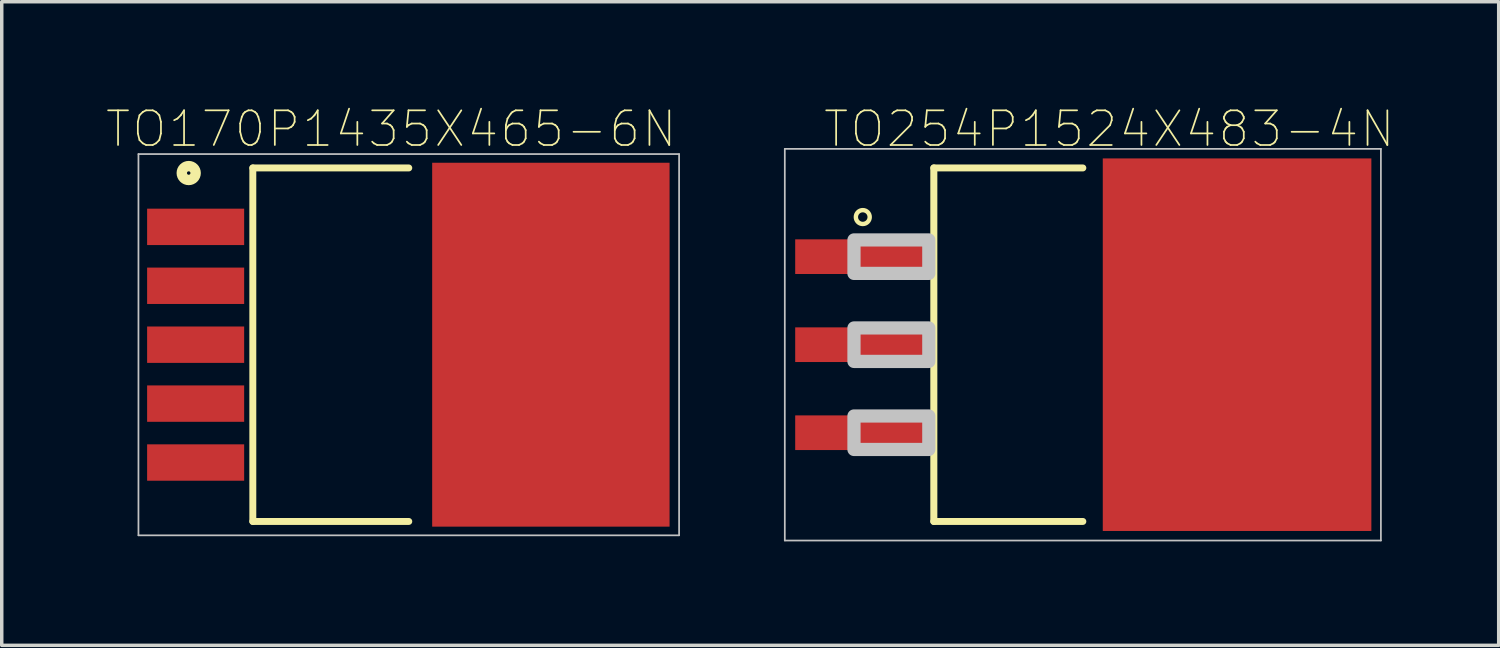
<source format=kicad_pcb>
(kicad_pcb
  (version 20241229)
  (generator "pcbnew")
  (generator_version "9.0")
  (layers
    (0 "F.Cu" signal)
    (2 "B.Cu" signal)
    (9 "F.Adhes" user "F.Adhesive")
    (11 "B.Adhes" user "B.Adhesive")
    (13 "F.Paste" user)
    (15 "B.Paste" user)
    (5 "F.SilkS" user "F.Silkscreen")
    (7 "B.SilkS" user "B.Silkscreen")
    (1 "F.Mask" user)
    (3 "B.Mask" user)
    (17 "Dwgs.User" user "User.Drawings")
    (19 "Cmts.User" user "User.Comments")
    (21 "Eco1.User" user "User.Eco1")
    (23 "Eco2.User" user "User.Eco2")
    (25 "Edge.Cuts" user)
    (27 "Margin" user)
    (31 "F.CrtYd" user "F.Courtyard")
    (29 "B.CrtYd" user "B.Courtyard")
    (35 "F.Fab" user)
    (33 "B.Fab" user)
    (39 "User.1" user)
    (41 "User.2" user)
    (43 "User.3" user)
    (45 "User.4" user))
  (footprint "TO170P1435X465-6N"
    (layer "F.Cu")
    (at 8.745 6.896)
    (property "Reference" "TO170P1435X465-6N" (at -0.508 -6.223 0) (layer "F.SilkS") (effects (font (size 1 1) (thickness 0.05))))
    (attr smd)
    (fp_line (start -4.5 -5.1) (end -4.5 5.1) (stroke (width 0.2) (type solid)) (layer "F.SilkS"))
    (fp_line (start -4.5 5.1) (end 0 5.1) (stroke (width 0.2) (type solid)) (layer "F.SilkS"))
    (fp_line (start 0 -5.1) (end -4.5 -5.1) (stroke (width 0.2) (type solid)) (layer "F.SilkS"))
    (fp_circle (center -6.35 -4.953) (end -6.15 -4.953) (stroke (width 0.3) (type solid)) (fill no) (layer "F.SilkS"))
    (fp_poly (pts (xy 1.36 -4.75) (xy 2.64 -4.75) (xy 2.64 -3.25) (xy 1.36 -3.25)) (stroke (width 0.381) (type solid)) (fill yes) (layer "F.Paste"))
    (fp_poly (pts (xy 1.36 -2.75) (xy 2.64 -2.75) (xy 2.64 -1.25) (xy 1.36 -1.25)) (stroke (width 0.381) (type solid)) (fill yes) (layer "F.Paste"))
    (fp_poly (pts (xy 1.36 -0.75) (xy 2.64 -0.75) (xy 2.64 0.75) (xy 1.36 0.75)) (stroke (width 0.381) (type solid)) (fill yes) (layer "F.Paste"))
    (fp_poly (pts (xy 1.36 1.25) (xy 2.64 1.25) (xy 2.64 2.75) (xy 1.36 2.75)) (stroke (width 0.381) (type solid)) (fill yes) (layer "F.Paste"))
    (fp_poly (pts (xy 1.36 3.25) (xy 2.64 3.25) (xy 2.64 4.75) (xy 1.36 4.75)) (stroke (width 0.381) (type solid)) (fill yes) (layer "F.Paste"))
    (fp_poly (pts (xy 3.36 -4.75) (xy 4.64 -4.75) (xy 4.64 -3.25) (xy 3.36 -3.25)) (stroke (width 0.381) (type solid)) (fill yes) (layer "F.Paste"))
    (fp_poly (pts (xy 3.36 -2.75) (xy 4.64 -2.75) (xy 4.64 -1.25) (xy 3.36 -1.25)) (stroke (width 0.381) (type solid)) (fill yes) (layer "F.Paste"))
    (fp_poly (pts (xy 3.36 -0.75) (xy 4.64 -0.75) (xy 4.64 0.75) (xy 3.36 0.75)) (stroke (width 0.381) (type solid)) (fill yes) (layer "F.Paste"))
    (fp_poly (pts (xy 3.36 1.25) (xy 4.64 1.25) (xy 4.64 2.75) (xy 3.36 2.75)) (stroke (width 0.381) (type solid)) (fill yes) (layer "F.Paste"))
    (fp_poly (pts (xy 3.36 3.25) (xy 4.64 3.25) (xy 4.64 4.75) (xy 3.36 4.75)) (stroke (width 0.381) (type solid)) (fill yes) (layer "F.Paste"))
    (fp_poly (pts (xy 5.36 -4.75) (xy 6.64 -4.75) (xy 6.64 -3.25) (xy 5.36 -3.25)) (stroke (width 0.381) (type solid)) (fill yes) (layer "F.Paste"))
    (fp_poly (pts (xy 5.36 -2.75) (xy 6.64 -2.75) (xy 6.64 -1.25) (xy 5.36 -1.25)) (stroke (width 0.381) (type solid)) (fill yes) (layer "F.Paste"))
    (fp_poly (pts (xy 5.36 -0.75) (xy 6.64 -0.75) (xy 6.64 0.75) (xy 5.36 0.75)) (stroke (width 0.381) (type solid)) (fill yes) (layer "F.Paste"))
    (fp_poly (pts (xy 5.36 1.25) (xy 6.64 1.25) (xy 6.64 2.75) (xy 5.36 2.75)) (stroke (width 0.381) (type solid)) (fill yes) (layer "F.Paste"))
    (fp_poly (pts (xy 5.36 3.25) (xy 6.64 3.25) (xy 6.64 4.75) (xy 5.36 4.75)) (stroke (width 0.381) (type solid)) (fill yes) (layer "F.Paste"))
    (fp_line (start -7.8 -5.5) (end 7.8 -5.5) (stroke (width 0.05) (type solid)) (layer "Dwgs.User"))
    (fp_line (start -7.8 5.5) (end -7.8 -5.5) (stroke (width 0.05) (type solid)) (layer "Dwgs.User"))
    (fp_line (start 7.8 -5.5) (end 7.8 5.5) (stroke (width 0.05) (type solid)) (layer "Dwgs.User"))
    (fp_line (start 7.8 5.5) (end -7.8 5.5) (stroke (width 0.05) (type solid)) (layer "Dwgs.User"))
    (pad "1" smd rect (at -6.15 -3.4 270) (size 1.05 2.8) (layers "F.Cu" "F.Mask" "F.Paste"))
    (pad "2" smd rect (at -6.15 -1.7 270) (size 1.05 2.8) (layers "F.Cu" "F.Mask" "F.Paste"))
    (pad "3" smd rect (at -6.15 0 270) (size 1.05 2.8) (layers "F.Cu" "F.Mask" "F.Paste"))
    (pad "4" smd rect (at -6.15 1.7 270) (size 1.05 2.8) (layers "F.Cu" "F.Mask" "F.Paste"))
    (pad "5" smd rect (at -6.15 3.4 270) (size 1.05 2.8) (layers "F.Cu" "F.Mask" "F.Paste"))
    (pad "6" smd rect (at 4.1 0) (size 6.85 10.5) (layers "F.Cu" "F.Mask" "F.Paste")))
  (footprint "TO254P1524X483-4N"
    (layer "F.Cu")
    (at 28.195 6.896)
    (property "Reference" "TO254P1524X483-4N" (at 0.762 -6.223 0) (layer "F.SilkS") (effects (font (size 1 1) (thickness 0.05))))
    (attr smd)
    (fp_line (start -4.3 5.1) (end -4.3 -5.1) (stroke (width 0.203) (type solid)) (layer "F.SilkS"))
    (fp_line (start 0 -5.1) (end -4.3 -5.1) (stroke (width 0.2) (type solid)) (layer "F.SilkS"))
    (fp_line (start 0 5.1) (end -4.3 5.1) (stroke (width 0.2) (type solid)) (layer "F.SilkS"))
    (fp_circle (center -6.35 -3.683) (end -6.15 -3.683) (stroke (width 0.127) (type solid)) (fill no) (layer "F.SilkS"))
    (fp_poly (pts (xy 1.15 -4.95) (xy 2.65 -4.95) (xy 2.65 -3.45) (xy 1.15 -3.45)) (stroke (width 0.381) (type solid)) (fill yes) (layer "F.Paste"))
    (fp_poly (pts (xy 1.15 -2.85) (xy 2.65 -2.85) (xy 2.65 -1.35) (xy 1.15 -1.35)) (stroke (width 0.381) (type solid)) (fill yes) (layer "F.Paste"))
    (fp_poly (pts (xy 1.15 -0.75) (xy 2.65 -0.75) (xy 2.65 0.75) (xy 1.15 0.75)) (stroke (width 0.381) (type solid)) (fill yes) (layer "F.Paste"))
    (fp_poly (pts (xy 1.15 1.35) (xy 2.65 1.35) (xy 2.65 2.85) (xy 1.15 2.85)) (stroke (width 0.381) (type solid)) (fill yes) (layer "F.Paste"))
    (fp_poly (pts (xy 1.15 3.45) (xy 2.65 3.45) (xy 2.65 4.95) (xy 1.15 4.95)) (stroke (width 0.381) (type solid)) (fill yes) (layer "F.Paste"))
    (fp_poly (pts (xy 3.65 -4.95) (xy 5.15 -4.95) (xy 5.15 -3.45) (xy 3.65 -3.45)) (stroke (width 0.381) (type solid)) (fill yes) (layer "F.Paste"))
    (fp_poly (pts (xy 3.65 -2.85) (xy 5.15 -2.85) (xy 5.15 -1.35) (xy 3.65 -1.35)) (stroke (width 0.381) (type solid)) (fill yes) (layer "F.Paste"))
    (fp_poly (pts (xy 3.65 -0.75) (xy 5.15 -0.75) (xy 5.15 0.75) (xy 3.65 0.75)) (stroke (width 0.381) (type solid)) (fill yes) (layer "F.Paste"))
    (fp_poly (pts (xy 3.65 1.35) (xy 5.15 1.35) (xy 5.15 2.85) (xy 3.65 2.85)) (stroke (width 0.381) (type solid)) (fill yes) (layer "F.Paste"))
    (fp_poly (pts (xy 3.65 3.45) (xy 5.15 3.45) (xy 5.15 4.95) (xy 3.65 4.95)) (stroke (width 0.381) (type solid)) (fill yes) (layer "F.Paste"))
    (fp_poly (pts (xy 6.15 -4.95) (xy 7.65 -4.95) (xy 7.65 -3.45) (xy 6.15 -3.45)) (stroke (width 0.381) (type solid)) (fill yes) (layer "F.Paste"))
    (fp_poly (pts (xy 6.15 -2.85) (xy 7.65 -2.85) (xy 7.65 -1.35) (xy 6.15 -1.35)) (stroke (width 0.381) (type solid)) (fill yes) (layer "F.Paste"))
    (fp_poly (pts (xy 6.15 -0.75) (xy 7.65 -0.75) (xy 7.65 0.75) (xy 6.15 0.75)) (stroke (width 0.381) (type solid)) (fill yes) (layer "F.Paste"))
    (fp_poly (pts (xy 6.15 1.35) (xy 7.65 1.35) (xy 7.65 2.85) (xy 6.15 2.85)) (stroke (width 0.381) (type solid)) (fill yes) (layer "F.Paste"))
    (fp_poly (pts (xy 6.15 3.45) (xy 7.65 3.45) (xy 7.65 4.95) (xy 6.15 4.95)) (stroke (width 0.381) (type solid)) (fill yes) (layer "F.Paste"))
    (fp_line (start -8.6 -5.65) (end 8.6 -5.65) (stroke (width 0.05) (type solid)) (layer "Dwgs.User"))
    (fp_line (start -8.6 5.65) (end -8.6 -5.65) (stroke (width 0.05) (type solid)) (layer "Dwgs.User"))
    (fp_line (start 8.6 -5.65) (end 8.6 5.65) (stroke (width 0.05) (type solid)) (layer "Dwgs.User"))
    (fp_line (start 8.6 5.65) (end -8.6 5.65) (stroke (width 0.05) (type solid)) (layer "Dwgs.User"))
    (fp_poly (pts (xy -4.445 -3.023) (xy -4.445 -2.057) (xy -6.604 -2.057) (xy -6.604 -3.023)) (stroke (width 0.381) (type solid)) (fill no) (layer "Dwgs.User"))
    (fp_poly (pts (xy -4.445 -0.483) (xy -4.445 0.483) (xy -6.604 0.483) (xy -6.604 -0.483)) (stroke (width 0.381) (type solid)) (fill no) (layer "Dwgs.User"))
    (fp_poly (pts (xy -4.445 2.057) (xy -4.445 3.023) (xy -6.604 3.023) (xy -6.604 2.057)) (stroke (width 0.381) (type solid)) (fill no) (layer "Dwgs.User"))
    (pad "1" smd rect (at -6.4 -2.54) (size 3.8 1) (layers "F.Cu" "F.Mask" "F.Paste"))
    (pad "2" smd rect (at -6.4 0) (size 3.8 1) (layers "F.Cu" "F.Mask" "F.Paste"))
    (pad "3" smd rect (at -6.4 2.54) (size 3.8 1) (layers "F.Cu" "F.Mask" "F.Paste"))
    (pad "TAB" smd rect (at 4.45 0) (size 7.75 10.75) (layers "F.Cu" "F.Mask" "F.Paste")))
  (gr_rect
    (start -3 -3)
    (end 40.194 15.571)
    (stroke (width 0.1) (type default))
    (fill no)
    (layer "Edge.Cuts")))
</source>
